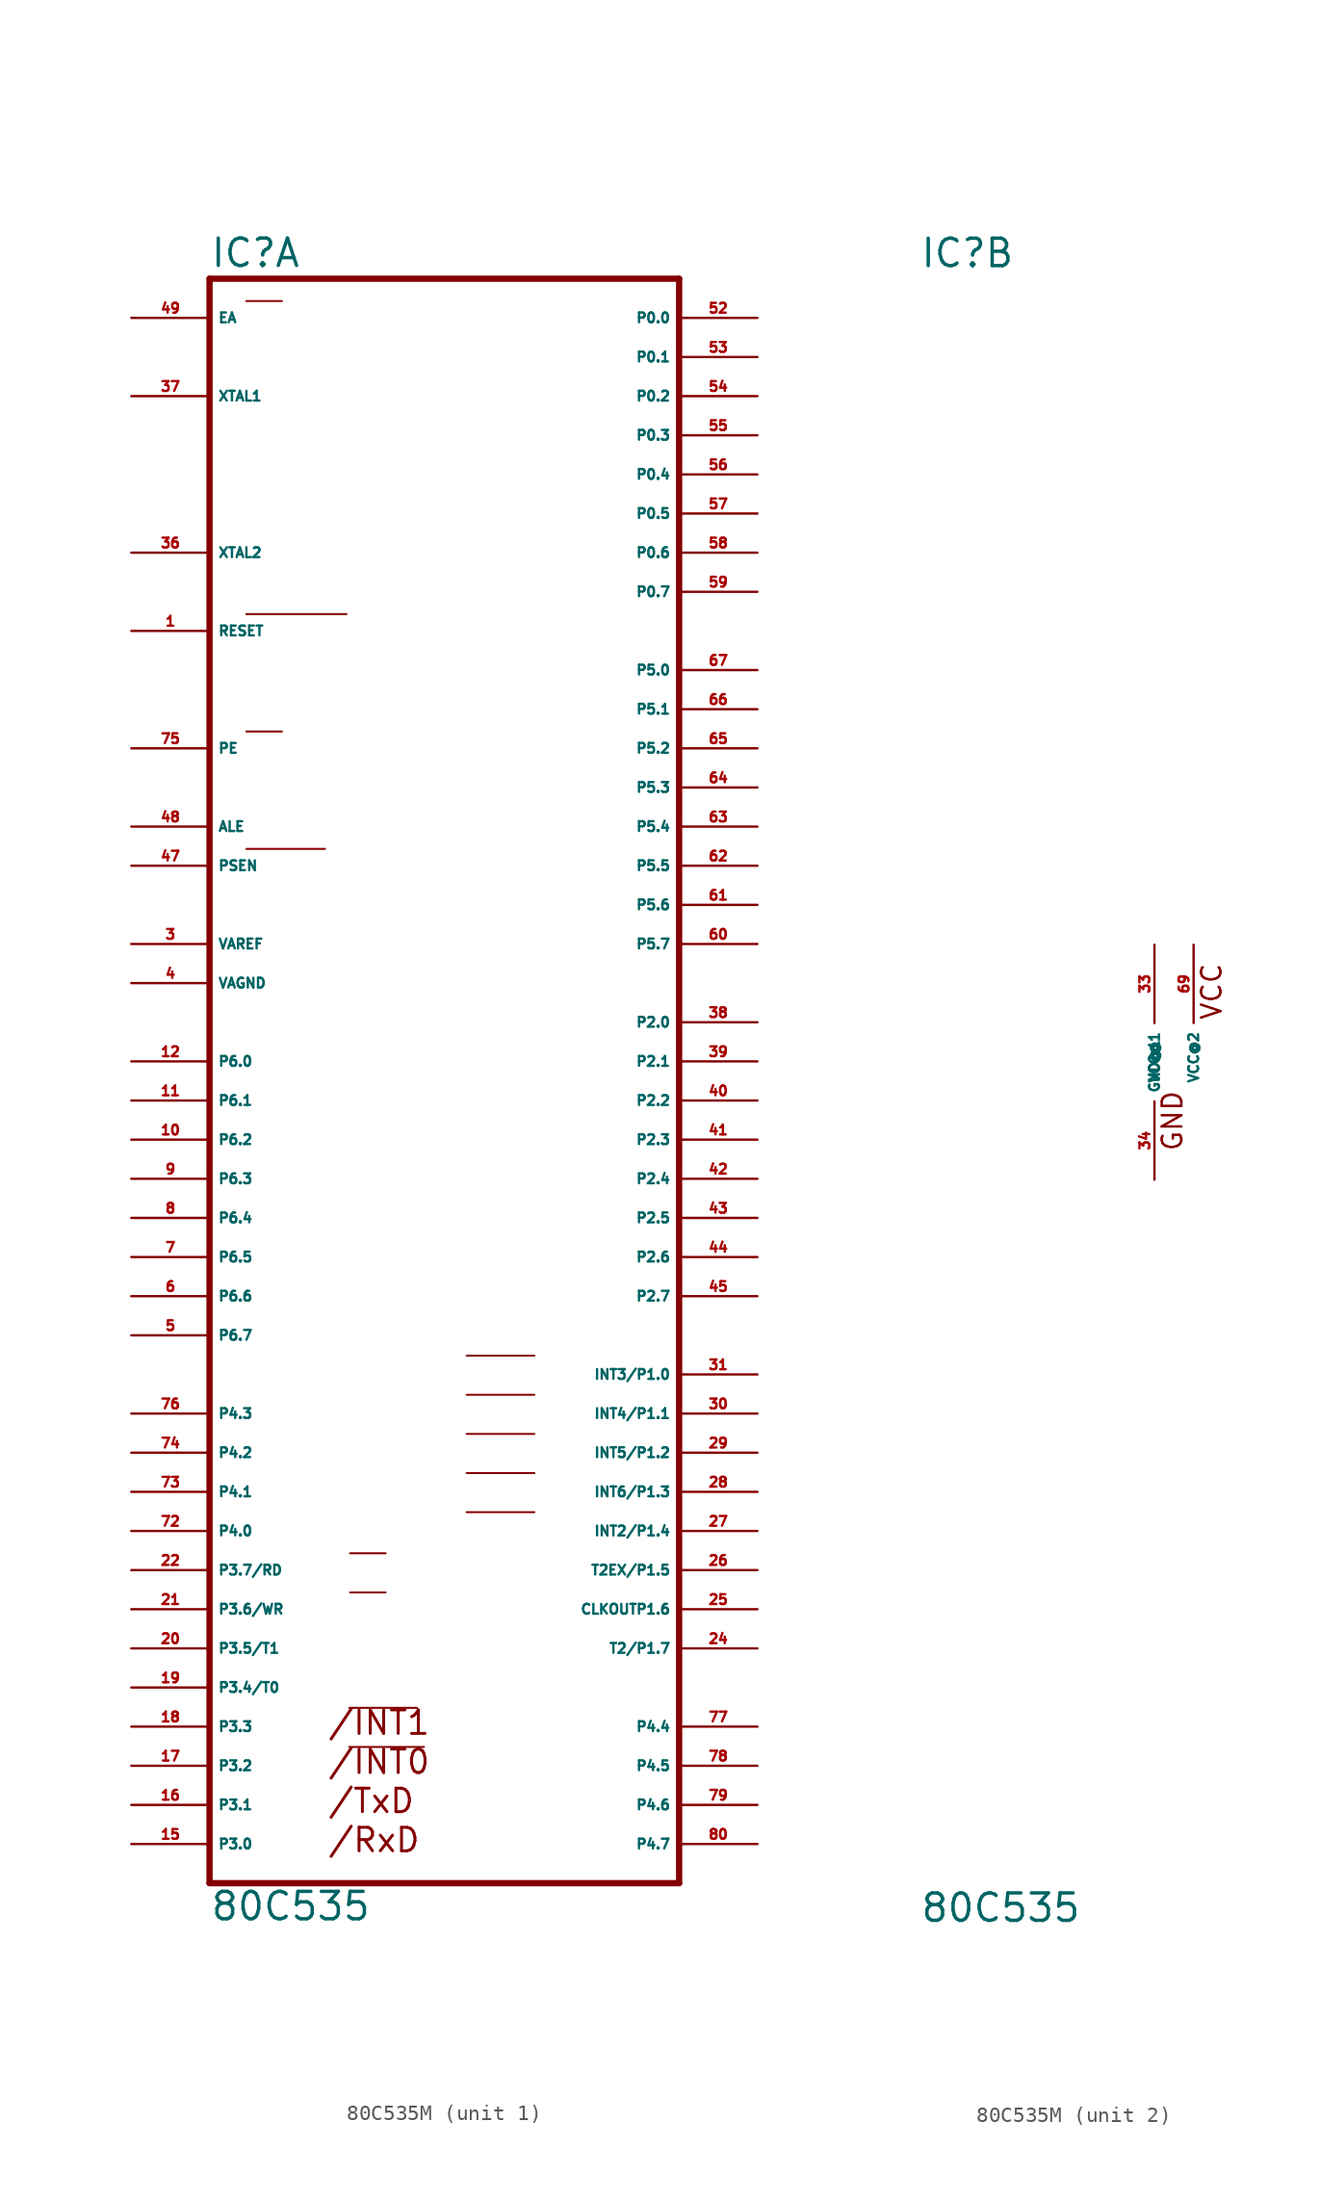
<source format=kicad_sym>
(kicad_symbol_lib
  (version 20220914)
  (generator Eagle2Kicad)
  (symbol "80C535M"
    (property "Reference" "IC"
      (at -15.24 51.435 0)
      (effects (font (size 1.778 1.778) (thickness 0.22)) (justify left bottom)))
    (property "Value" "80C535"
      (at -15.24 -55.88 0)
      (effects (font (size 1.778 1.778) (thickness 0.22)) (justify left bottom)))
    (symbol "80C535M_1_0"
      (polyline (pts (xy -6.172 -41.961) (xy -1.778 -41.961)) (stroke (width 0.127) (type default)) (fill (type none)))
      (polyline (pts (xy -6.172 -44.501) (xy -1.321 -44.501)) (stroke (width 0.127) (type default)) (fill (type none)))
      (polyline (pts (xy -6.121 -31.928) (xy -3.81 -31.928)) (stroke (width 0.127) (type default)) (fill (type none)))
      (polyline (pts (xy -6.121 -34.468) (xy -3.81 -34.468)) (stroke (width 0.127) (type default)) (fill (type none)))
      (polyline (pts (xy -12.852 29.032) (xy -6.35 29.032)) (stroke (width 0.127) (type default)) (fill (type none)))
      (polyline (pts (xy -12.852 21.412) (xy -10.541 21.412)) (stroke (width 0.127) (type default)) (fill (type none)))
      (polyline (pts (xy -12.852 13.792) (xy -7.747 13.792)) (stroke (width 0.127) (type default)) (fill (type none)))
      (polyline (pts (xy -12.852 49.352) (xy -10.541 49.352)) (stroke (width 0.127) (type default)) (fill (type none)))
      (polyline (pts (xy -15.24 -53.34) (xy 15.24 -53.34)) (stroke (width 0.406) (type default)) (fill (type none)))
      (polyline (pts (xy 15.24 -53.34) (xy 15.24 50.8)) (stroke (width 0.406) (type default)) (fill (type none)))
      (polyline (pts (xy 15.24 50.8) (xy -15.24 50.8)) (stroke (width 0.406) (type default)) (fill (type none)))
      (polyline (pts (xy -15.24 50.8) (xy -15.24 -53.34)) (stroke (width 0.406) (type default)) (fill (type none)))
      (polyline (pts (xy 1.448 -19.101) (xy 5.842 -19.101)) (stroke (width 0.127) (type default)) (fill (type none)))
      (polyline (pts (xy 1.448 -21.641) (xy 5.842 -21.641)) (stroke (width 0.127) (type default)) (fill (type none)))
      (polyline (pts (xy 1.448 -24.181) (xy 5.842 -24.181)) (stroke (width 0.127) (type default)) (fill (type none)))
      (polyline (pts (xy 1.448 -26.721) (xy 5.842 -26.721)) (stroke (width 0.127) (type default)) (fill (type none)))
      (polyline (pts (xy 1.448 -29.261) (xy 5.842 -29.261)) (stroke (width 0.127) (type default)) (fill (type none)))
      (text "/INT1" (at -7.62 -43.815 0) (effects (font (size 1.524 1.524) (thickness 0.19)) (justify left bottom)))
      (text "/INT0" (at -7.62 -46.355 0) (effects (font (size 1.524 1.524) (thickness 0.19)) (justify left bottom)))
      (text "/RxD" (at -7.62 -51.435 0) (effects (font (size 1.524 1.524) (thickness 0.19)) (justify left bottom)))
      (text "/TxD" (at -7.62 -48.895 0) (effects (font (size 1.524 1.524) (thickness 0.19)) (justify left bottom)))
      (pin input line (at -20.32 48.26 0) (length 5.08) (name "EA" (effects (font (size 0.635 0.635) (thickness 0.08)) (justify left bottom))) (number "49" (effects (font (size 0.635 0.635) (thickness 0.08)) (justify left bottom))))
      (pin bidirectional line (at 20.32 48.26 180) (length 5.08) (name "P0.0" (effects (font (size 0.635 0.635) (thickness 0.08)) (justify left bottom))) (number "52" (effects (font (size 0.635 0.635) (thickness 0.08)) (justify left bottom))))
      (pin bidirectional line (at 20.32 45.72 180) (length 5.08) (name "P0.1" (effects (font (size 0.635 0.635) (thickness 0.08)) (justify left bottom))) (number "53" (effects (font (size 0.635 0.635) (thickness 0.08)) (justify left bottom))))
      (pin bidirectional line (at 20.32 43.18 180) (length 5.08) (name "P0.2" (effects (font (size 0.635 0.635) (thickness 0.08)) (justify left bottom))) (number "54" (effects (font (size 0.635 0.635) (thickness 0.08)) (justify left bottom))))
      (pin bidirectional line (at 20.32 40.64 180) (length 5.08) (name "P0.3" (effects (font (size 0.635 0.635) (thickness 0.08)) (justify left bottom))) (number "55" (effects (font (size 0.635 0.635) (thickness 0.08)) (justify left bottom))))
      (pin bidirectional line (at 20.32 38.1 180) (length 5.08) (name "P0.4" (effects (font (size 0.635 0.635) (thickness 0.08)) (justify left bottom))) (number "56" (effects (font (size 0.635 0.635) (thickness 0.08)) (justify left bottom))))
      (pin bidirectional line (at 20.32 35.56 180) (length 5.08) (name "P0.5" (effects (font (size 0.635 0.635) (thickness 0.08)) (justify left bottom))) (number "57" (effects (font (size 0.635 0.635) (thickness 0.08)) (justify left bottom))))
      (pin bidirectional line (at 20.32 33.02 180) (length 5.08) (name "P0.6" (effects (font (size 0.635 0.635) (thickness 0.08)) (justify left bottom))) (number "58" (effects (font (size 0.635 0.635) (thickness 0.08)) (justify left bottom))))
      (pin bidirectional line (at 20.32 30.48 180) (length 5.08) (name "P0.7" (effects (font (size 0.635 0.635) (thickness 0.08)) (justify left bottom))) (number "59" (effects (font (size 0.635 0.635) (thickness 0.08)) (justify left bottom))))
      (pin bidirectional line (at 20.32 25.4 180) (length 5.08) (name "P5.0" (effects (font (size 0.635 0.635) (thickness 0.08)) (justify left bottom))) (number "67" (effects (font (size 0.635 0.635) (thickness 0.08)) (justify left bottom))))
      (pin bidirectional line (at 20.32 22.86 180) (length 5.08) (name "P5.1" (effects (font (size 0.635 0.635) (thickness 0.08)) (justify left bottom))) (number "66" (effects (font (size 0.635 0.635) (thickness 0.08)) (justify left bottom))))
      (pin bidirectional line (at 20.32 20.32 180) (length 5.08) (name "P5.2" (effects (font (size 0.635 0.635) (thickness 0.08)) (justify left bottom))) (number "65" (effects (font (size 0.635 0.635) (thickness 0.08)) (justify left bottom))))
      (pin bidirectional line (at 20.32 17.78 180) (length 5.08) (name "P5.3" (effects (font (size 0.635 0.635) (thickness 0.08)) (justify left bottom))) (number "64" (effects (font (size 0.635 0.635) (thickness 0.08)) (justify left bottom))))
      (pin bidirectional line (at 20.32 15.24 180) (length 5.08) (name "P5.4" (effects (font (size 0.635 0.635) (thickness 0.08)) (justify left bottom))) (number "63" (effects (font (size 0.635 0.635) (thickness 0.08)) (justify left bottom))))
      (pin bidirectional line (at 20.32 12.7 180) (length 5.08) (name "P5.5" (effects (font (size 0.635 0.635) (thickness 0.08)) (justify left bottom))) (number "62" (effects (font (size 0.635 0.635) (thickness 0.08)) (justify left bottom))))
      (pin bidirectional line (at 20.32 10.16 180) (length 5.08) (name "P5.6" (effects (font (size 0.635 0.635) (thickness 0.08)) (justify left bottom))) (number "61" (effects (font (size 0.635 0.635) (thickness 0.08)) (justify left bottom))))
      (pin bidirectional line (at 20.32 7.62 180) (length 5.08) (name "P5.7" (effects (font (size 0.635 0.635) (thickness 0.08)) (justify left bottom))) (number "60" (effects (font (size 0.635 0.635) (thickness 0.08)) (justify left bottom))))
      (pin input line (at -20.32 43.18 0) (length 5.08) (name "XTAL1" (effects (font (size 0.635 0.635) (thickness 0.08)) (justify left bottom))) (number "37" (effects (font (size 0.635 0.635) (thickness 0.08)) (justify left bottom))))
      (pin input line (at -20.32 33.02 0) (length 5.08) (name "XTAL2" (effects (font (size 0.635 0.635) (thickness 0.08)) (justify left bottom))) (number "36" (effects (font (size 0.635 0.635) (thickness 0.08)) (justify left bottom))))
      (pin input line (at -20.32 27.94 0) (length 5.08) (name "RESET" (effects (font (size 0.635 0.635) (thickness 0.08)) (justify left bottom))) (number "1" (effects (font (size 0.635 0.635) (thickness 0.08)) (justify left bottom))))
      (pin input line (at -20.32 20.32 0) (length 5.08) (name "PE" (effects (font (size 0.635 0.635) (thickness 0.08)) (justify left bottom))) (number "75" (effects (font (size 0.635 0.635) (thickness 0.08)) (justify left bottom))))
      (pin output line (at -20.32 15.24 0) (length 5.08) (name "ALE" (effects (font (size 0.635 0.635) (thickness 0.08)) (justify left bottom))) (number "48" (effects (font (size 0.635 0.635) (thickness 0.08)) (justify left bottom))))
      (pin output line (at -20.32 12.7 0) (length 5.08) (name "PSEN" (effects (font (size 0.635 0.635) (thickness 0.08)) (justify left bottom))) (number "47" (effects (font (size 0.635 0.635) (thickness 0.08)) (justify left bottom))))
      (pin bidirectional line (at -20.32 7.62 0) (length 5.08) (name "VAREF" (effects (font (size 0.635 0.635) (thickness 0.08)) (justify left bottom))) (number "3" (effects (font (size 0.635 0.635) (thickness 0.08)) (justify left bottom))))
      (pin bidirectional line (at -20.32 5.08 0) (length 5.08) (name "VAGND" (effects (font (size 0.635 0.635) (thickness 0.08)) (justify left bottom))) (number "4" (effects (font (size 0.635 0.635) (thickness 0.08)) (justify left bottom))))
      (pin input line (at -20.32 0 0) (length 5.08) (name "P6.0" (effects (font (size 0.635 0.635) (thickness 0.08)) (justify left bottom))) (number "12" (effects (font (size 0.635 0.635) (thickness 0.08)) (justify left bottom))))
      (pin input line (at -20.32 -2.54 0) (length 5.08) (name "P6.1" (effects (font (size 0.635 0.635) (thickness 0.08)) (justify left bottom))) (number "11" (effects (font (size 0.635 0.635) (thickness 0.08)) (justify left bottom))))
      (pin input line (at -20.32 -5.08 0) (length 5.08) (name "P6.2" (effects (font (size 0.635 0.635) (thickness 0.08)) (justify left bottom))) (number "10" (effects (font (size 0.635 0.635) (thickness 0.08)) (justify left bottom))))
      (pin input line (at -20.32 -7.62 0) (length 5.08) (name "P6.3" (effects (font (size 0.635 0.635) (thickness 0.08)) (justify left bottom))) (number "9" (effects (font (size 0.635 0.635) (thickness 0.08)) (justify left bottom))))
      (pin input line (at -20.32 -10.16 0) (length 5.08) (name "P6.4" (effects (font (size 0.635 0.635) (thickness 0.08)) (justify left bottom))) (number "8" (effects (font (size 0.635 0.635) (thickness 0.08)) (justify left bottom))))
      (pin input line (at -20.32 -15.24 0) (length 5.08) (name "P6.6" (effects (font (size 0.635 0.635) (thickness 0.08)) (justify left bottom))) (number "6" (effects (font (size 0.635 0.635) (thickness 0.08)) (justify left bottom))))
      (pin input line (at -20.32 -17.78 0) (length 5.08) (name "P6.7" (effects (font (size 0.635 0.635) (thickness 0.08)) (justify left bottom))) (number "5" (effects (font (size 0.635 0.635) (thickness 0.08)) (justify left bottom))))
      (pin bidirectional line (at -20.32 -22.86 0) (length 5.08) (name "P4.3" (effects (font (size 0.635 0.635) (thickness 0.08)) (justify left bottom))) (number "76" (effects (font (size 0.635 0.635) (thickness 0.08)) (justify left bottom))))
      (pin input line (at -20.32 -12.7 0) (length 5.08) (name "P6.5" (effects (font (size 0.635 0.635) (thickness 0.08)) (justify left bottom))) (number "7" (effects (font (size 0.635 0.635) (thickness 0.08)) (justify left bottom))))
      (pin bidirectional line (at 20.32 2.54 180) (length 5.08) (name "P2.0" (effects (font (size 0.635 0.635) (thickness 0.08)) (justify left bottom))) (number "38" (effects (font (size 0.635 0.635) (thickness 0.08)) (justify left bottom))))
      (pin bidirectional line (at -20.32 -25.4 0) (length 5.08) (name "P4.2" (effects (font (size 0.635 0.635) (thickness 0.08)) (justify left bottom))) (number "74" (effects (font (size 0.635 0.635) (thickness 0.08)) (justify left bottom))))
      (pin bidirectional line (at -20.32 -27.94 0) (length 5.08) (name "P4.1" (effects (font (size 0.635 0.635) (thickness 0.08)) (justify left bottom))) (number "73" (effects (font (size 0.635 0.635) (thickness 0.08)) (justify left bottom))))
      (pin bidirectional line (at -20.32 -30.48 0) (length 5.08) (name "P4.0" (effects (font (size 0.635 0.635) (thickness 0.08)) (justify left bottom))) (number "72" (effects (font (size 0.635 0.635) (thickness 0.08)) (justify left bottom))))
      (pin bidirectional line (at 20.32 0 180) (length 5.08) (name "P2.1" (effects (font (size 0.635 0.635) (thickness 0.08)) (justify left bottom))) (number "39" (effects (font (size 0.635 0.635) (thickness 0.08)) (justify left bottom))))
      (pin bidirectional line (at 20.32 -2.54 180) (length 5.08) (name "P2.2" (effects (font (size 0.635 0.635) (thickness 0.08)) (justify left bottom))) (number "40" (effects (font (size 0.635 0.635) (thickness 0.08)) (justify left bottom))))
      (pin bidirectional line (at 20.32 -5.08 180) (length 5.08) (name "P2.3" (effects (font (size 0.635 0.635) (thickness 0.08)) (justify left bottom))) (number "41" (effects (font (size 0.635 0.635) (thickness 0.08)) (justify left bottom))))
      (pin bidirectional line (at 20.32 -7.62 180) (length 5.08) (name "P2.4" (effects (font (size 0.635 0.635) (thickness 0.08)) (justify left bottom))) (number "42" (effects (font (size 0.635 0.635) (thickness 0.08)) (justify left bottom))))
      (pin bidirectional line (at 20.32 -10.16 180) (length 5.08) (name "P2.5" (effects (font (size 0.635 0.635) (thickness 0.08)) (justify left bottom))) (number "43" (effects (font (size 0.635 0.635) (thickness 0.08)) (justify left bottom))))
      (pin bidirectional line (at 20.32 -12.7 180) (length 5.08) (name "P2.6" (effects (font (size 0.635 0.635) (thickness 0.08)) (justify left bottom))) (number "44" (effects (font (size 0.635 0.635) (thickness 0.08)) (justify left bottom))))
      (pin bidirectional line (at 20.32 -15.24 180) (length 5.08) (name "P2.7" (effects (font (size 0.635 0.635) (thickness 0.08)) (justify left bottom))) (number "45" (effects (font (size 0.635 0.635) (thickness 0.08)) (justify left bottom))))
      (pin bidirectional line (at 20.32 -20.32 180) (length 5.08) (name "INT3/P1.0" (effects (font (size 0.635 0.635) (thickness 0.08)) (justify left bottom))) (number "31" (effects (font (size 0.635 0.635) (thickness 0.08)) (justify left bottom))))
      (pin bidirectional line (at 20.32 -22.86 180) (length 5.08) (name "INT4/P1.1" (effects (font (size 0.635 0.635) (thickness 0.08)) (justify left bottom))) (number "30" (effects (font (size 0.635 0.635) (thickness 0.08)) (justify left bottom))))
      (pin bidirectional line (at 20.32 -25.4 180) (length 5.08) (name "INT5/P1.2" (effects (font (size 0.635 0.635) (thickness 0.08)) (justify left bottom))) (number "29" (effects (font (size 0.635 0.635) (thickness 0.08)) (justify left bottom))))
      (pin bidirectional line (at 20.32 -27.94 180) (length 5.08) (name "INT6/P1.3" (effects (font (size 0.635 0.635) (thickness 0.08)) (justify left bottom))) (number "28" (effects (font (size 0.635 0.635) (thickness 0.08)) (justify left bottom))))
      (pin bidirectional line (at 20.32 -30.48 180) (length 5.08) (name "INT2/P1.4" (effects (font (size 0.635 0.635) (thickness 0.08)) (justify left bottom))) (number "27" (effects (font (size 0.635 0.635) (thickness 0.08)) (justify left bottom))))
      (pin bidirectional line (at 20.32 -33.02 180) (length 5.08) (name "T2EX/P1.5" (effects (font (size 0.635 0.635) (thickness 0.08)) (justify left bottom))) (number "26" (effects (font (size 0.635 0.635) (thickness 0.08)) (justify left bottom))))
      (pin bidirectional line (at 20.32 -35.56 180) (length 5.08) (name "CLKOUTP1.6" (effects (font (size 0.635 0.635) (thickness 0.08)) (justify left bottom))) (number "25" (effects (font (size 0.635 0.635) (thickness 0.08)) (justify left bottom))))
      (pin bidirectional line (at 20.32 -38.1 180) (length 5.08) (name "T2/P1.7" (effects (font (size 0.635 0.635) (thickness 0.08)) (justify left bottom))) (number "24" (effects (font (size 0.635 0.635) (thickness 0.08)) (justify left bottom))))
      (pin bidirectional line (at 20.32 -43.18 180) (length 5.08) (name "P4.4" (effects (font (size 0.635 0.635) (thickness 0.08)) (justify left bottom))) (number "77" (effects (font (size 0.635 0.635) (thickness 0.08)) (justify left bottom))))
      (pin bidirectional line (at 20.32 -45.72 180) (length 5.08) (name "P4.5" (effects (font (size 0.635 0.635) (thickness 0.08)) (justify left bottom))) (number "78" (effects (font (size 0.635 0.635) (thickness 0.08)) (justify left bottom))))
      (pin bidirectional line (at 20.32 -48.26 180) (length 5.08) (name "P4.6" (effects (font (size 0.635 0.635) (thickness 0.08)) (justify left bottom))) (number "79" (effects (font (size 0.635 0.635) (thickness 0.08)) (justify left bottom))))
      (pin bidirectional line (at 20.32 -50.8 180) (length 5.08) (name "P4.7" (effects (font (size 0.635 0.635) (thickness 0.08)) (justify left bottom))) (number "80" (effects (font (size 0.635 0.635) (thickness 0.08)) (justify left bottom))))
      (pin bidirectional line (at -20.32 -50.8 0) (length 5.08) (name "P3.0" (effects (font (size 0.635 0.635) (thickness 0.08)) (justify left bottom))) (number "15" (effects (font (size 0.635 0.635) (thickness 0.08)) (justify left bottom))))
      (pin bidirectional line (at -20.32 -48.26 0) (length 5.08) (name "P3.1" (effects (font (size 0.635 0.635) (thickness 0.08)) (justify left bottom))) (number "16" (effects (font (size 0.635 0.635) (thickness 0.08)) (justify left bottom))))
      (pin bidirectional line (at -20.32 -45.72 0) (length 5.08) (name "P3.2" (effects (font (size 0.635 0.635) (thickness 0.08)) (justify left bottom))) (number "17" (effects (font (size 0.635 0.635) (thickness 0.08)) (justify left bottom))))
      (pin bidirectional line (at -20.32 -43.18 0) (length 5.08) (name "P3.3" (effects (font (size 0.635 0.635) (thickness 0.08)) (justify left bottom))) (number "18" (effects (font (size 0.635 0.635) (thickness 0.08)) (justify left bottom))))
      (pin bidirectional line (at -20.32 -40.64 0) (length 5.08) (name "P3.4/T0" (effects (font (size 0.635 0.635) (thickness 0.08)) (justify left bottom))) (number "19" (effects (font (size 0.635 0.635) (thickness 0.08)) (justify left bottom))))
      (pin bidirectional line (at -20.32 -38.1 0) (length 5.08) (name "P3.5/T1" (effects (font (size 0.635 0.635) (thickness 0.08)) (justify left bottom))) (number "20" (effects (font (size 0.635 0.635) (thickness 0.08)) (justify left bottom))))
      (pin bidirectional line (at -20.32 -35.56 0) (length 5.08) (name "P3.6/WR" (effects (font (size 0.635 0.635) (thickness 0.08)) (justify left bottom))) (number "21" (effects (font (size 0.635 0.635) (thickness 0.08)) (justify left bottom))))
      (pin bidirectional line (at -20.32 -33.02 0) (length 5.08) (name "P3.7/RD" (effects (font (size 0.635 0.635) (thickness 0.08)) (justify left bottom))) (number "22" (effects (font (size 0.635 0.635) (thickness 0.08)) (justify left bottom)))))
    (symbol "80C535M_2_0"
      (text "VCC" (at 4.445 2.667 900) (effects (font (size 1.27 1.27) (thickness 0.16)) (justify left bottom)))
      (text "GND" (at 1.905 -5.842 900) (effects (font (size 1.27 1.27) (thickness 0.16)) (justify left bottom)))
      (pin unspecified line (at 0 -7.62 90) (length 5.08) (name "GND@1" (effects (font (size 0.635 0.635) (thickness 0.08)) (justify left bottom))) (number "34" (effects (font (size 0.635 0.635) (thickness 0.08)) (justify left bottom))))
      (pin unspecified line (at 0 7.62 270) (length 5.08) (name "VCC@1" (effects (font (size 0.635 0.635) (thickness 0.08)) (justify left bottom))) (number "33" (effects (font (size 0.635 0.635) (thickness 0.08)) (justify left bottom))))
      (pin unspecified line (at 2.54 7.62 270) (length 5.08) (name "VCC@2" (effects (font (size 0.635 0.635) (thickness 0.08)) (justify left bottom))) (number "69" (effects (font (size 0.635 0.635) (thickness 0.08)) (justify left bottom)))))))
</source>
